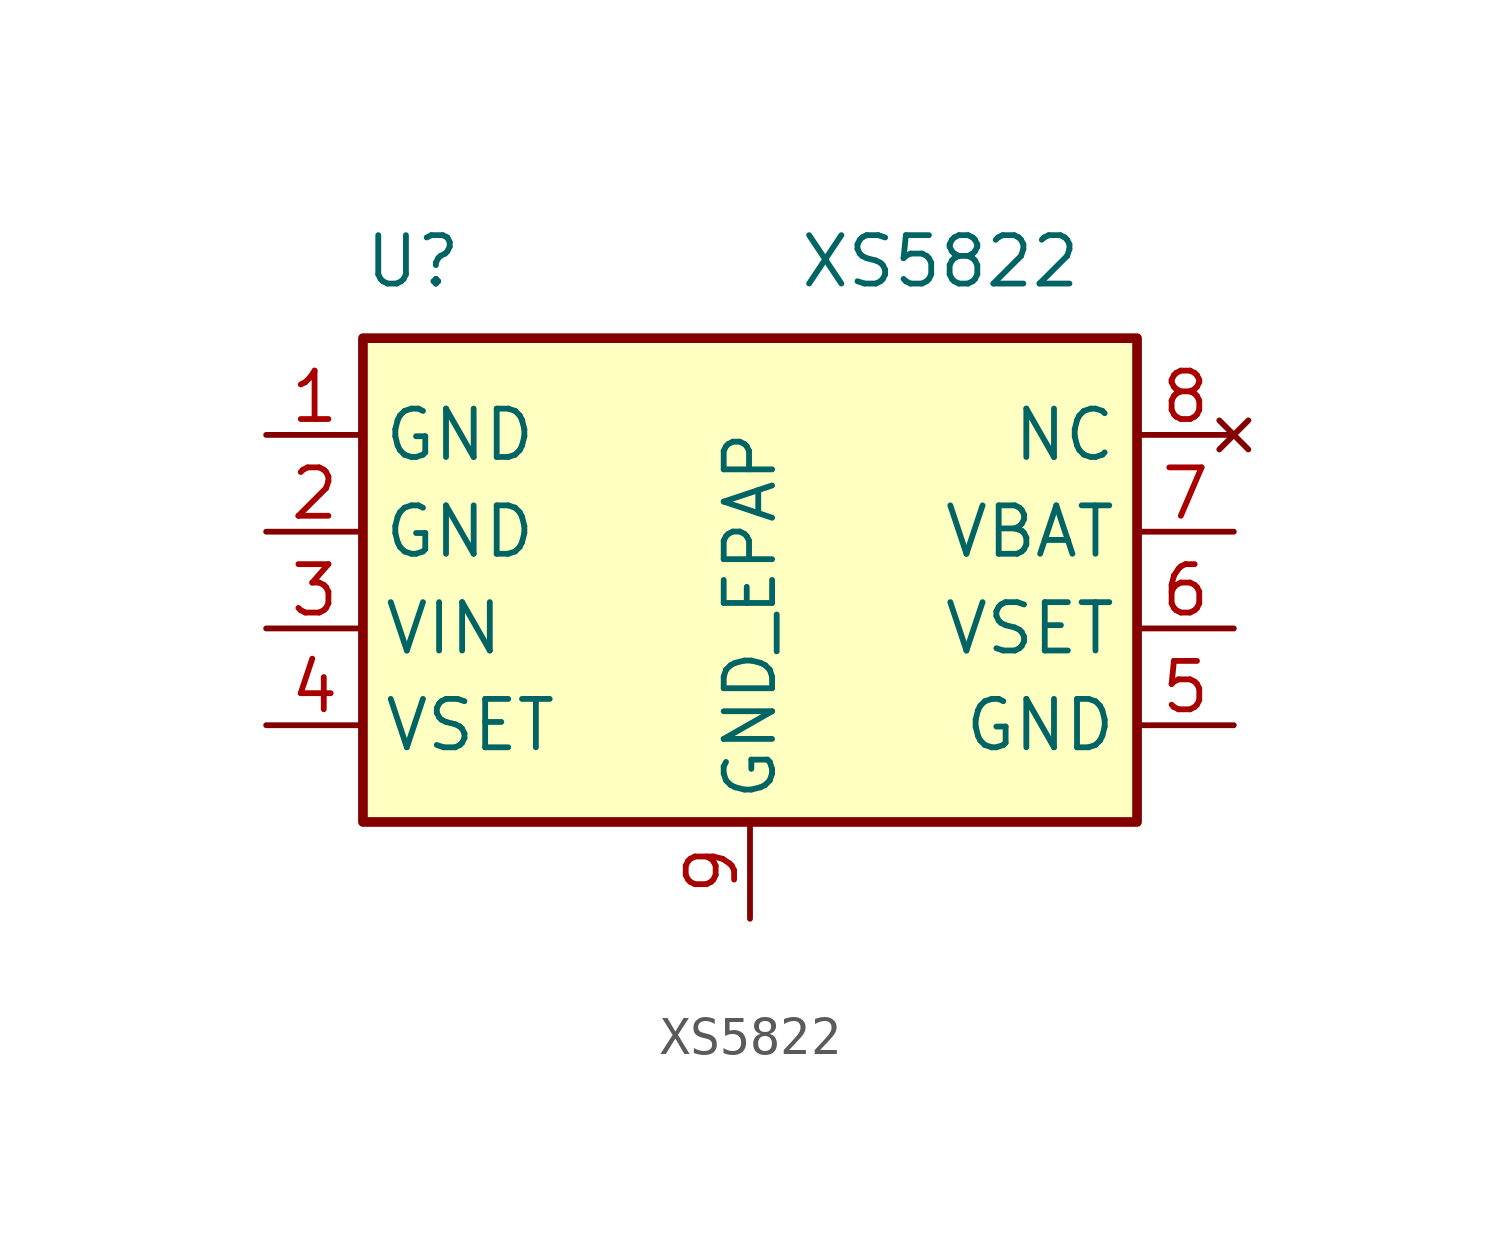
<source format=kicad_sym>
(kicad_symbol_lib
  (version 20220914)
  (generator kicad_symbol_editor)
  (symbol "XS5822"
    (property "Reference" "U"
      (at -10.16 8.89 0)
      (effects (font (size 1.27 1.27)) (justify left bottom)))
    (property "Value" "XS5822"
      (at 1.27 8.89 0)
      (effects (font (size 1.27 1.27)) (justify left bottom)))
    (symbol "XS5822_0_1"
      (rectangle (start -10.16 7.62) (end 10.16 -5.08) (stroke (width 0.254) (type default)) (fill (type background))))
    (symbol "XS5822_1_1"
      (pin power_in line (at -12.7 5.08 0) (length 2.54) (name "GND" (effects (font (size 1.27 1.27)))) (number "1" (effects (font (size 1.27 1.27)))))
      (pin power_in line (at -12.7 2.54 0) (length 2.54) (name "GND" (effects (font (size 1.27 1.27)))) (number "2" (effects (font (size 1.27 1.27)))))
      (pin power_in line (at -12.7 0 0) (length 2.54) (name "VIN" (effects (font (size 1.27 1.27)))) (number "3" (effects (font (size 1.27 1.27)))))
      (pin input line (at -12.7 -2.54 0) (length 2.54) (name "VSET" (effects (font (size 1.27 1.27)))) (number "4" (effects (font (size 1.27 1.27)))))
      (pin power_in line (at 12.7 -2.54 180) (length 2.54) (name "GND" (effects (font (size 1.27 1.27)))) (number "5" (effects (font (size 1.27 1.27)))))
      (pin input line (at 12.7 0 180) (length 2.54) (name "VSET" (effects (font (size 1.27 1.27)))) (number "6" (effects (font (size 1.27 1.27)))))
      (pin power_in line (at 12.7 2.54 180) (length 2.54) (name "VBAT" (effects (font (size 1.27 1.27)))) (number "7" (effects (font (size 1.27 1.27)))))
      (pin no_connect line (at 12.7 5.08 180) (length 2.54) (name "NC" (effects (font (size 1.27 1.27)))) (number "8" (effects (font (size 1.27 1.27)))))
      (pin power_in line (at 0 -7.62 90) (length 2.54) (name "GND_EPAP" (effects (font (size 1.27 1.27)))) (number "9" (effects (font (size 1.27 1.27))))))))
</source>
